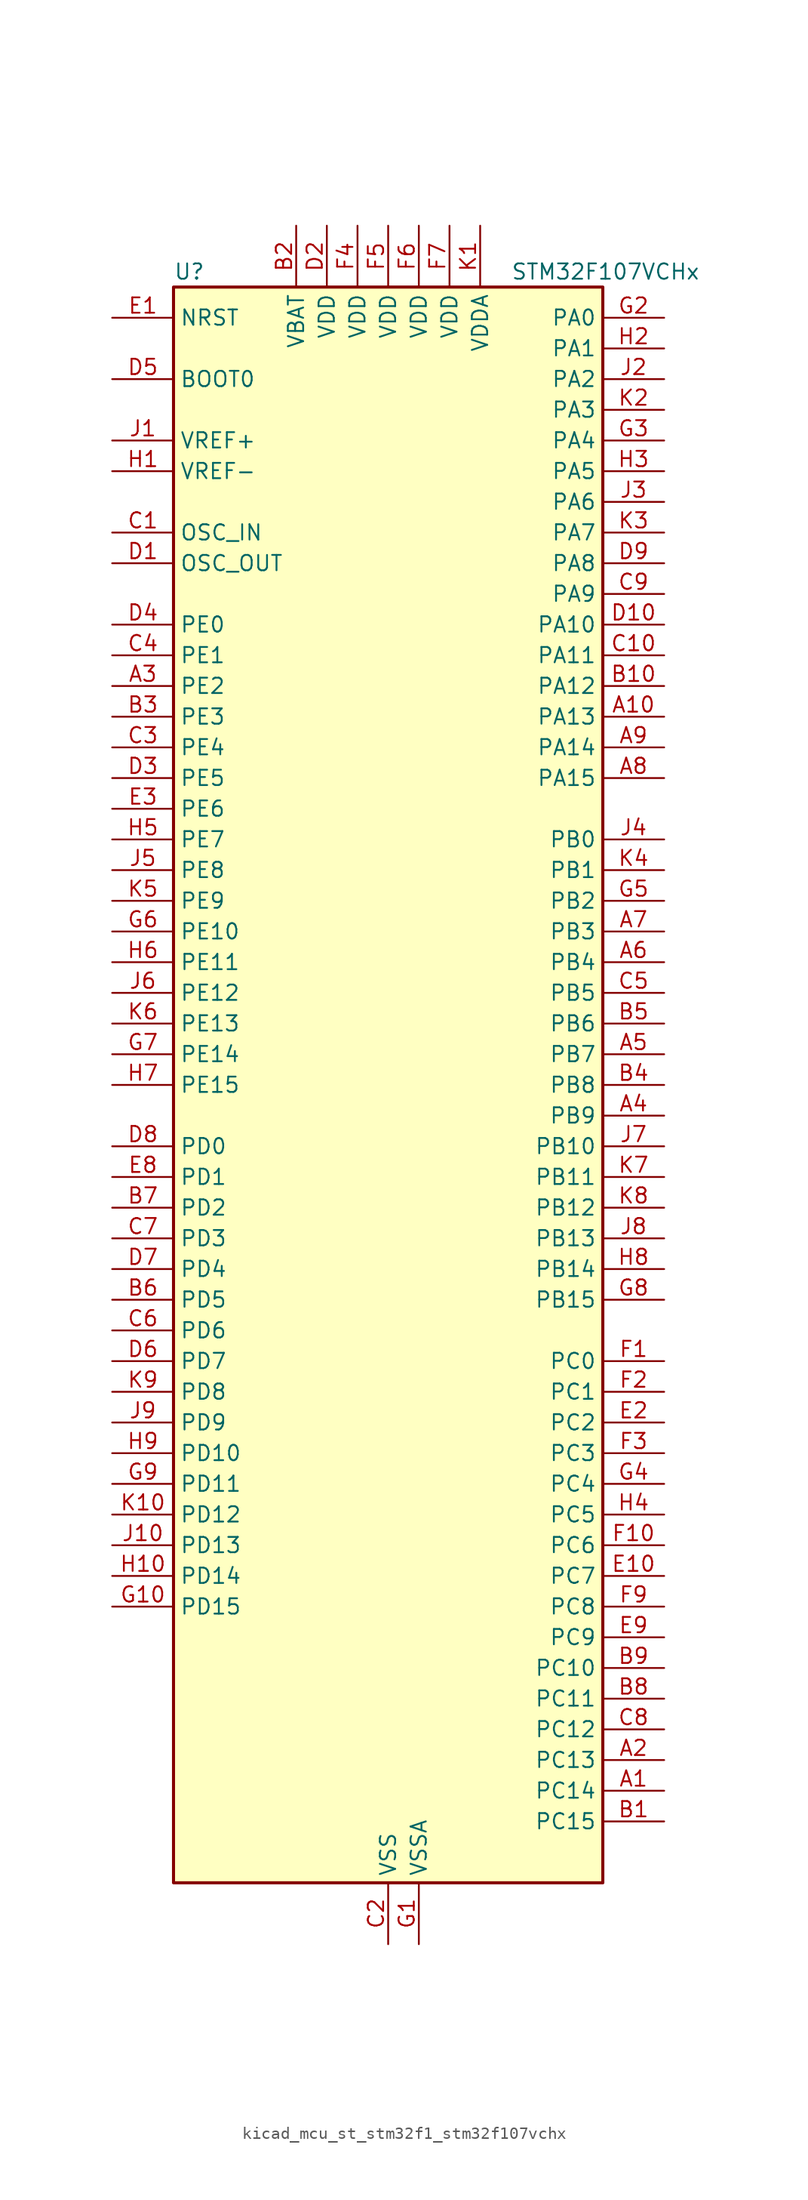
<source format=kicad_sym>
(kicad_symbol_lib
  (version 20220914)
  (generator kicad_symbol_editor)
  (symbol "kicad_mcu_st_stm32f1_stm32f107vchx"
    (property "Reference" "U"
      (at -17.78 67.31 0)
      (effects (font (size 1.27 1.27)) (justify left)))
    (property "Value" "STM32F107VCHx"
      (at 10.16 67.31 0)
      (effects (font (size 1.27 1.27)) (justify left)))
    (property "ki_locked" ""
      (at 0 0 0)
      (effects (font (size 1.27 1.27))))
    (symbol "kicad_mcu_st_stm32f1_stm32f107vchx_0_1"
      (rectangle (start -17.78 -66.04) (end 17.78 66.04) (stroke (width 0.254) (type default)) (fill (type background))))
    (symbol "kicad_mcu_st_stm32f1_stm32f107vchx_1_1"
      (pin bidirectional line (at 22.86 -58.42 180) (length 5.08) (name "PC14" (effects (font (size 1.27 1.27)))) (number "A1" (effects (font (size 1.27 1.27)))) (alternate "RCC_OSC32_IN" bidirectional line))
      (pin bidirectional line (at 22.86 30.48 180) (length 5.08) (name "PA13" (effects (font (size 1.27 1.27)))) (number "A10" (effects (font (size 1.27 1.27)))) (alternate "SYS_JTMS-SWDIO" bidirectional line))
      (pin bidirectional line (at 22.86 -55.88 180) (length 5.08) (name "PC13" (effects (font (size 1.27 1.27)))) (number "A2" (effects (font (size 1.27 1.27)))) (alternate "RTC_OUT" bidirectional line) (alternate "RTC_TAMPER" bidirectional line))
      (pin bidirectional line (at -22.86 33.02 0) (length 5.08) (name "PE2" (effects (font (size 1.27 1.27)))) (number "A3" (effects (font (size 1.27 1.27)))) (alternate "SYS_TRACECLK" bidirectional line))
      (pin bidirectional line (at 22.86 -2.54 180) (length 5.08) (name "PB9" (effects (font (size 1.27 1.27)))) (number "A4" (effects (font (size 1.27 1.27)))) (alternate "CAN1_TX" bidirectional line) (alternate "DAC_EXTI9" bidirectional line) (alternate "I2C1_SDA" bidirectional line) (alternate "TIM4_CH4" bidirectional line))
      (pin bidirectional line (at 22.86 2.54 180) (length 5.08) (name "PB7" (effects (font (size 1.27 1.27)))) (number "A5" (effects (font (size 1.27 1.27)))) (alternate "I2C1_SDA" bidirectional line) (alternate "TIM4_CH2" bidirectional line) (alternate "USART1_RX" bidirectional line))
      (pin bidirectional line (at 22.86 10.16 180) (length 5.08) (name "PB4" (effects (font (size 1.27 1.27)))) (number "A6" (effects (font (size 1.27 1.27)))) (alternate "SPI1_MISO" bidirectional line) (alternate "SPI3_MISO" bidirectional line) (alternate "SYS_NJTRST" bidirectional line) (alternate "TIM3_CH1" bidirectional line))
      (pin bidirectional line (at 22.86 12.7 180) (length 5.08) (name "PB3" (effects (font (size 1.27 1.27)))) (number "A7" (effects (font (size 1.27 1.27)))) (alternate "I2S3_CK" bidirectional line) (alternate "SPI1_SCK" bidirectional line) (alternate "SPI3_SCK" bidirectional line) (alternate "SYS_JTDO" bidirectional line) (alternate "SYS_TRACESWO" bidirectional line) (alternate "TIM2_CH2" bidirectional line))
      (pin bidirectional line (at 22.86 25.4 180) (length 5.08) (name "PA15" (effects (font (size 1.27 1.27)))) (number "A8" (effects (font (size 1.27 1.27)))) (alternate "ADC1_EXTI15" bidirectional line) (alternate "ADC2_EXTI15" bidirectional line) (alternate "I2S3_WS" bidirectional line) (alternate "SPI1_NSS" bidirectional line) (alternate "SPI3_NSS" bidirectional line) (alternate "SYS_JTDI" bidirectional line) (alternate "TIM2_CH1" bidirectional line) (alternate "TIM2_ETR" bidirectional line))
      (pin bidirectional line (at 22.86 27.94 180) (length 5.08) (name "PA14" (effects (font (size 1.27 1.27)))) (number "A9" (effects (font (size 1.27 1.27)))) (alternate "SYS_JTCK-SWCLK" bidirectional line))
      (pin bidirectional line (at 22.86 -60.96 180) (length 5.08) (name "PC15" (effects (font (size 1.27 1.27)))) (number "B1" (effects (font (size 1.27 1.27)))) (alternate "ADC1_EXTI15" bidirectional line) (alternate "ADC2_EXTI15" bidirectional line) (alternate "RCC_OSC32_OUT" bidirectional line))
      (pin bidirectional line (at 22.86 33.02 180) (length 5.08) (name "PA12" (effects (font (size 1.27 1.27)))) (number "B10" (effects (font (size 1.27 1.27)))) (alternate "CAN1_TX" bidirectional line) (alternate "TIM1_ETR" bidirectional line) (alternate "USART1_RTS" bidirectional line) (alternate "USB_OTG_FS_DP" bidirectional line))
      (pin power_in line (at -7.62 71.12 270) (length 5.08) (name "VBAT" (effects (font (size 1.27 1.27)))) (number "B2" (effects (font (size 1.27 1.27)))))
      (pin bidirectional line (at -22.86 30.48 0) (length 5.08) (name "PE3" (effects (font (size 1.27 1.27)))) (number "B3" (effects (font (size 1.27 1.27)))) (alternate "SYS_TRACED0" bidirectional line))
      (pin bidirectional line (at 22.86 0 180) (length 5.08) (name "PB8" (effects (font (size 1.27 1.27)))) (number "B4" (effects (font (size 1.27 1.27)))) (alternate "CAN1_RX" bidirectional line) (alternate "ETH_TXD3" bidirectional line) (alternate "I2C1_SCL" bidirectional line) (alternate "TIM4_CH3" bidirectional line))
      (pin bidirectional line (at 22.86 5.08 180) (length 5.08) (name "PB6" (effects (font (size 1.27 1.27)))) (number "B5" (effects (font (size 1.27 1.27)))) (alternate "CAN2_TX" bidirectional line) (alternate "I2C1_SCL" bidirectional line) (alternate "TIM4_CH1" bidirectional line) (alternate "USART1_TX" bidirectional line))
      (pin bidirectional line (at -22.86 -17.78 0) (length 5.08) (name "PD5" (effects (font (size 1.27 1.27)))) (number "B6" (effects (font (size 1.27 1.27)))) (alternate "USART2_TX" bidirectional line))
      (pin bidirectional line (at -22.86 -10.16 0) (length 5.08) (name "PD2" (effects (font (size 1.27 1.27)))) (number "B7" (effects (font (size 1.27 1.27)))) (alternate "TIM3_ETR" bidirectional line) (alternate "UART5_RX" bidirectional line))
      (pin bidirectional line (at 22.86 -50.8 180) (length 5.08) (name "PC11" (effects (font (size 1.27 1.27)))) (number "B8" (effects (font (size 1.27 1.27)))) (alternate "ADC1_EXTI11" bidirectional line) (alternate "ADC2_EXTI11" bidirectional line) (alternate "SPI3_MISO" bidirectional line) (alternate "UART4_RX" bidirectional line) (alternate "USART3_RX" bidirectional line))
      (pin bidirectional line (at 22.86 -48.26 180) (length 5.08) (name "PC10" (effects (font (size 1.27 1.27)))) (number "B9" (effects (font (size 1.27 1.27)))) (alternate "I2S3_CK" bidirectional line) (alternate "SPI3_SCK" bidirectional line) (alternate "UART4_TX" bidirectional line) (alternate "USART3_TX" bidirectional line))
      (pin input line (at -22.86 45.72 0) (length 5.08) (name "OSC_IN" (effects (font (size 1.27 1.27)))) (number "C1" (effects (font (size 1.27 1.27)))) (alternate "RCC_OSC_IN" bidirectional line))
      (pin bidirectional line (at 22.86 35.56 180) (length 5.08) (name "PA11" (effects (font (size 1.27 1.27)))) (number "C10" (effects (font (size 1.27 1.27)))) (alternate "ADC1_EXTI11" bidirectional line) (alternate "ADC2_EXTI11" bidirectional line) (alternate "CAN1_RX" bidirectional line) (alternate "TIM1_CH4" bidirectional line) (alternate "USART1_CTS" bidirectional line) (alternate "USB_OTG_FS_DM" bidirectional line))
      (pin power_in line (at 0 -71.12 90) (length 5.08) (name "VSS" (effects (font (size 1.27 1.27)))) (number "C2" (effects (font (size 1.27 1.27)))))
      (pin bidirectional line (at -22.86 27.94 0) (length 5.08) (name "PE4" (effects (font (size 1.27 1.27)))) (number "C3" (effects (font (size 1.27 1.27)))) (alternate "SYS_TRACED1" bidirectional line))
      (pin bidirectional line (at -22.86 35.56 0) (length 5.08) (name "PE1" (effects (font (size 1.27 1.27)))) (number "C4" (effects (font (size 1.27 1.27)))))
      (pin bidirectional line (at 22.86 7.62 180) (length 5.08) (name "PB5" (effects (font (size 1.27 1.27)))) (number "C5" (effects (font (size 1.27 1.27)))) (alternate "CAN2_RX" bidirectional line) (alternate "ETH_PPS_OUT" bidirectional line) (alternate "I2C1_SMBA" bidirectional line) (alternate "I2S3_SD" bidirectional line) (alternate "SPI1_MOSI" bidirectional line) (alternate "SPI3_MOSI" bidirectional line) (alternate "TIM3_CH2" bidirectional line))
      (pin bidirectional line (at -22.86 -20.32 0) (length 5.08) (name "PD6" (effects (font (size 1.27 1.27)))) (number "C6" (effects (font (size 1.27 1.27)))) (alternate "USART2_RX" bidirectional line))
      (pin bidirectional line (at -22.86 -12.7 0) (length 5.08) (name "PD3" (effects (font (size 1.27 1.27)))) (number "C7" (effects (font (size 1.27 1.27)))) (alternate "USART2_CTS" bidirectional line))
      (pin bidirectional line (at 22.86 -53.34 180) (length 5.08) (name "PC12" (effects (font (size 1.27 1.27)))) (number "C8" (effects (font (size 1.27 1.27)))) (alternate "I2S3_SD" bidirectional line) (alternate "SPI3_MOSI" bidirectional line) (alternate "UART5_TX" bidirectional line) (alternate "USART3_CK" bidirectional line))
      (pin bidirectional line (at 22.86 40.64 180) (length 5.08) (name "PA9" (effects (font (size 1.27 1.27)))) (number "C9" (effects (font (size 1.27 1.27)))) (alternate "DAC_EXTI9" bidirectional line) (alternate "TIM1_CH2" bidirectional line) (alternate "USART1_TX" bidirectional line) (alternate "USB_OTG_FS_VBUS" bidirectional line))
      (pin input line (at -22.86 43.18 0) (length 5.08) (name "OSC_OUT" (effects (font (size 1.27 1.27)))) (number "D1" (effects (font (size 1.27 1.27)))) (alternate "RCC_OSC_OUT" bidirectional line))
      (pin bidirectional line (at 22.86 38.1 180) (length 5.08) (name "PA10" (effects (font (size 1.27 1.27)))) (number "D10" (effects (font (size 1.27 1.27)))) (alternate "TIM1_CH3" bidirectional line) (alternate "USART1_RX" bidirectional line) (alternate "USB_OTG_FS_ID" bidirectional line))
      (pin power_in line (at -5.08 71.12 270) (length 5.08) (name "VDD" (effects (font (size 1.27 1.27)))) (number "D2" (effects (font (size 1.27 1.27)))))
      (pin bidirectional line (at -22.86 25.4 0) (length 5.08) (name "PE5" (effects (font (size 1.27 1.27)))) (number "D3" (effects (font (size 1.27 1.27)))) (alternate "SYS_TRACED2" bidirectional line))
      (pin bidirectional line (at -22.86 38.1 0) (length 5.08) (name "PE0" (effects (font (size 1.27 1.27)))) (number "D4" (effects (font (size 1.27 1.27)))) (alternate "TIM4_ETR" bidirectional line))
      (pin input line (at -22.86 58.42 0) (length 5.08) (name "BOOT0" (effects (font (size 1.27 1.27)))) (number "D5" (effects (font (size 1.27 1.27)))))
      (pin bidirectional line (at -22.86 -22.86 0) (length 5.08) (name "PD7" (effects (font (size 1.27 1.27)))) (number "D6" (effects (font (size 1.27 1.27)))) (alternate "USART2_CK" bidirectional line))
      (pin bidirectional line (at -22.86 -15.24 0) (length 5.08) (name "PD4" (effects (font (size 1.27 1.27)))) (number "D7" (effects (font (size 1.27 1.27)))) (alternate "USART2_RTS" bidirectional line))
      (pin bidirectional line (at -22.86 -5.08 0) (length 5.08) (name "PD0" (effects (font (size 1.27 1.27)))) (number "D8" (effects (font (size 1.27 1.27)))) (alternate "CAN1_RX" bidirectional line))
      (pin bidirectional line (at 22.86 43.18 180) (length 5.08) (name "PA8" (effects (font (size 1.27 1.27)))) (number "D9" (effects (font (size 1.27 1.27)))) (alternate "RCC_MCO" bidirectional line) (alternate "TIM1_CH1" bidirectional line) (alternate "USART1_CK" bidirectional line) (alternate "USB_OTG_FS_SOF" bidirectional line))
      (pin input line (at -22.86 63.5 0) (length 5.08) (name "NRST" (effects (font (size 1.27 1.27)))) (number "E1" (effects (font (size 1.27 1.27)))))
      (pin bidirectional line (at 22.86 -40.64 180) (length 5.08) (name "PC7" (effects (font (size 1.27 1.27)))) (number "E10" (effects (font (size 1.27 1.27)))) (alternate "I2S3_MCK" bidirectional line) (alternate "TIM3_CH2" bidirectional line))
      (pin bidirectional line (at 22.86 -27.94 180) (length 5.08) (name "PC2" (effects (font (size 1.27 1.27)))) (number "E2" (effects (font (size 1.27 1.27)))) (alternate "ADC1_IN12" bidirectional line) (alternate "ADC2_IN12" bidirectional line) (alternate "ETH_TXD2" bidirectional line))
      (pin bidirectional line (at -22.86 22.86 0) (length 5.08) (name "PE6" (effects (font (size 1.27 1.27)))) (number "E3" (effects (font (size 1.27 1.27)))) (alternate "SYS_TRACED3" bidirectional line))
      (pin passive line (at 0 -71.12 90) (length 5.08) hide (name "VSS" (effects (font (size 1.27 1.27)))) (number "E4" (effects (font (size 1.27 1.27)))))
      (pin passive line (at 0 -71.12 90) (length 5.08) hide (name "VSS" (effects (font (size 1.27 1.27)))) (number "E5" (effects (font (size 1.27 1.27)))))
      (pin passive line (at 0 -71.12 90) (length 5.08) hide (name "VSS" (effects (font (size 1.27 1.27)))) (number "E6" (effects (font (size 1.27 1.27)))))
      (pin passive line (at 0 -71.12 90) (length 5.08) hide (name "VSS" (effects (font (size 1.27 1.27)))) (number "E7" (effects (font (size 1.27 1.27)))))
      (pin bidirectional line (at -22.86 -7.62 0) (length 5.08) (name "PD1" (effects (font (size 1.27 1.27)))) (number "E8" (effects (font (size 1.27 1.27)))) (alternate "CAN1_TX" bidirectional line))
      (pin bidirectional line (at 22.86 -45.72 180) (length 5.08) (name "PC9" (effects (font (size 1.27 1.27)))) (number "E9" (effects (font (size 1.27 1.27)))) (alternate "DAC_EXTI9" bidirectional line) (alternate "TIM3_CH4" bidirectional line))
      (pin bidirectional line (at 22.86 -22.86 180) (length 5.08) (name "PC0" (effects (font (size 1.27 1.27)))) (number "F1" (effects (font (size 1.27 1.27)))) (alternate "ADC1_IN10" bidirectional line) (alternate "ADC2_IN10" bidirectional line))
      (pin bidirectional line (at 22.86 -38.1 180) (length 5.08) (name "PC6" (effects (font (size 1.27 1.27)))) (number "F10" (effects (font (size 1.27 1.27)))) (alternate "I2S2_MCK" bidirectional line) (alternate "TIM3_CH1" bidirectional line))
      (pin bidirectional line (at 22.86 -25.4 180) (length 5.08) (name "PC1" (effects (font (size 1.27 1.27)))) (number "F2" (effects (font (size 1.27 1.27)))) (alternate "ADC1_IN11" bidirectional line) (alternate "ADC2_IN11" bidirectional line) (alternate "ETH_MDC" bidirectional line))
      (pin bidirectional line (at 22.86 -30.48 180) (length 5.08) (name "PC3" (effects (font (size 1.27 1.27)))) (number "F3" (effects (font (size 1.27 1.27)))) (alternate "ADC1_IN13" bidirectional line) (alternate "ADC2_IN13" bidirectional line) (alternate "ETH_TX_CLK" bidirectional line))
      (pin power_in line (at -2.54 71.12 270) (length 5.08) (name "VDD" (effects (font (size 1.27 1.27)))) (number "F4" (effects (font (size 1.27 1.27)))))
      (pin power_in line (at 0 71.12 270) (length 5.08) (name "VDD" (effects (font (size 1.27 1.27)))) (number "F5" (effects (font (size 1.27 1.27)))))
      (pin power_in line (at 2.54 71.12 270) (length 5.08) (name "VDD" (effects (font (size 1.27 1.27)))) (number "F6" (effects (font (size 1.27 1.27)))))
      (pin power_in line (at 5.08 71.12 270) (length 5.08) (name "VDD" (effects (font (size 1.27 1.27)))) (number "F7" (effects (font (size 1.27 1.27)))))
      (pin no_connect line (at -17.78 -66.04 0) (length 5.08) hide (name "NC" (effects (font (size 1.27 1.27)))) (number "F8" (effects (font (size 1.27 1.27)))))
      (pin bidirectional line (at 22.86 -43.18 180) (length 5.08) (name "PC8" (effects (font (size 1.27 1.27)))) (number "F9" (effects (font (size 1.27 1.27)))) (alternate "TIM3_CH3" bidirectional line))
      (pin power_in line (at 2.54 -71.12 90) (length 5.08) (name "VSSA" (effects (font (size 1.27 1.27)))) (number "G1" (effects (font (size 1.27 1.27)))))
      (pin bidirectional line (at -22.86 -43.18 0) (length 5.08) (name "PD15" (effects (font (size 1.27 1.27)))) (number "G10" (effects (font (size 1.27 1.27)))) (alternate "ADC1_EXTI15" bidirectional line) (alternate "ADC2_EXTI15" bidirectional line) (alternate "TIM4_CH4" bidirectional line))
      (pin bidirectional line (at 22.86 63.5 180) (length 5.08) (name "PA0" (effects (font (size 1.27 1.27)))) (number "G2" (effects (font (size 1.27 1.27)))) (alternate "ADC1_IN0" bidirectional line) (alternate "ADC2_IN0" bidirectional line) (alternate "ETH_CRS" bidirectional line) (alternate "SYS_WKUP" bidirectional line) (alternate "TIM2_CH1" bidirectional line) (alternate "TIM2_ETR" bidirectional line) (alternate "TIM5_CH1" bidirectional line) (alternate "USART2_CTS" bidirectional line))
      (pin bidirectional line (at 22.86 53.34 180) (length 5.08) (name "PA4" (effects (font (size 1.27 1.27)))) (number "G3" (effects (font (size 1.27 1.27)))) (alternate "ADC1_IN4" bidirectional line) (alternate "ADC2_IN4" bidirectional line) (alternate "DAC_OUT1" bidirectional line) (alternate "I2S3_WS" bidirectional line) (alternate "SPI1_NSS" bidirectional line) (alternate "SPI3_NSS" bidirectional line) (alternate "USART2_CK" bidirectional line))
      (pin bidirectional line (at 22.86 -33.02 180) (length 5.08) (name "PC4" (effects (font (size 1.27 1.27)))) (number "G4" (effects (font (size 1.27 1.27)))) (alternate "ADC1_IN14" bidirectional line) (alternate "ADC2_IN14" bidirectional line) (alternate "ETH_RXD0" bidirectional line))
      (pin bidirectional line (at 22.86 15.24 180) (length 5.08) (name "PB2" (effects (font (size 1.27 1.27)))) (number "G5" (effects (font (size 1.27 1.27)))))
      (pin bidirectional line (at -22.86 12.7 0) (length 5.08) (name "PE10" (effects (font (size 1.27 1.27)))) (number "G6" (effects (font (size 1.27 1.27)))) (alternate "TIM1_CH2N" bidirectional line))
      (pin bidirectional line (at -22.86 2.54 0) (length 5.08) (name "PE14" (effects (font (size 1.27 1.27)))) (number "G7" (effects (font (size 1.27 1.27)))) (alternate "TIM1_CH4" bidirectional line))
      (pin bidirectional line (at 22.86 -17.78 180) (length 5.08) (name "PB15" (effects (font (size 1.27 1.27)))) (number "G8" (effects (font (size 1.27 1.27)))) (alternate "ADC1_EXTI15" bidirectional line) (alternate "ADC2_EXTI15" bidirectional line) (alternate "I2S2_SD" bidirectional line) (alternate "SPI2_MOSI" bidirectional line) (alternate "TIM1_CH3N" bidirectional line))
      (pin bidirectional line (at -22.86 -33.02 0) (length 5.08) (name "PD11" (effects (font (size 1.27 1.27)))) (number "G9" (effects (font (size 1.27 1.27)))) (alternate "ADC1_EXTI11" bidirectional line) (alternate "ADC2_EXTI11" bidirectional line) (alternate "ETH_RXD2" bidirectional line) (alternate "USART3_CTS" bidirectional line))
      (pin input line (at -22.86 50.8 0) (length 5.08) (name "VREF-" (effects (font (size 1.27 1.27)))) (number "H1" (effects (font (size 1.27 1.27)))))
      (pin bidirectional line (at -22.86 -40.64 0) (length 5.08) (name "PD14" (effects (font (size 1.27 1.27)))) (number "H10" (effects (font (size 1.27 1.27)))) (alternate "TIM4_CH3" bidirectional line))
      (pin bidirectional line (at 22.86 60.96 180) (length 5.08) (name "PA1" (effects (font (size 1.27 1.27)))) (number "H2" (effects (font (size 1.27 1.27)))) (alternate "ADC1_IN1" bidirectional line) (alternate "ADC2_IN1" bidirectional line) (alternate "ETH_REF_CLK" bidirectional line) (alternate "ETH_RX_CLK" bidirectional line) (alternate "TIM2_CH2" bidirectional line) (alternate "TIM5_CH2" bidirectional line) (alternate "USART2_RTS" bidirectional line))
      (pin bidirectional line (at 22.86 50.8 180) (length 5.08) (name "PA5" (effects (font (size 1.27 1.27)))) (number "H3" (effects (font (size 1.27 1.27)))) (alternate "ADC1_IN5" bidirectional line) (alternate "ADC2_IN5" bidirectional line) (alternate "DAC_OUT2" bidirectional line) (alternate "SPI1_SCK" bidirectional line))
      (pin bidirectional line (at 22.86 -35.56 180) (length 5.08) (name "PC5" (effects (font (size 1.27 1.27)))) (number "H4" (effects (font (size 1.27 1.27)))) (alternate "ADC1_IN15" bidirectional line) (alternate "ADC2_IN15" bidirectional line) (alternate "ETH_RXD1" bidirectional line))
      (pin bidirectional line (at -22.86 20.32 0) (length 5.08) (name "PE7" (effects (font (size 1.27 1.27)))) (number "H5" (effects (font (size 1.27 1.27)))) (alternate "TIM1_ETR" bidirectional line))
      (pin bidirectional line (at -22.86 10.16 0) (length 5.08) (name "PE11" (effects (font (size 1.27 1.27)))) (number "H6" (effects (font (size 1.27 1.27)))) (alternate "ADC1_EXTI11" bidirectional line) (alternate "ADC2_EXTI11" bidirectional line) (alternate "TIM1_CH2" bidirectional line))
      (pin bidirectional line (at -22.86 0 0) (length 5.08) (name "PE15" (effects (font (size 1.27 1.27)))) (number "H7" (effects (font (size 1.27 1.27)))) (alternate "ADC1_EXTI15" bidirectional line) (alternate "ADC2_EXTI15" bidirectional line) (alternate "TIM1_BKIN" bidirectional line))
      (pin bidirectional line (at 22.86 -15.24 180) (length 5.08) (name "PB14" (effects (font (size 1.27 1.27)))) (number "H8" (effects (font (size 1.27 1.27)))) (alternate "SPI2_MISO" bidirectional line) (alternate "TIM1_CH2N" bidirectional line) (alternate "USART3_RTS" bidirectional line))
      (pin bidirectional line (at -22.86 -30.48 0) (length 5.08) (name "PD10" (effects (font (size 1.27 1.27)))) (number "H9" (effects (font (size 1.27 1.27)))) (alternate "ETH_RXD1" bidirectional line) (alternate "USART3_CK" bidirectional line))
      (pin input line (at -22.86 53.34 0) (length 5.08) (name "VREF+" (effects (font (size 1.27 1.27)))) (number "J1" (effects (font (size 1.27 1.27)))))
      (pin bidirectional line (at -22.86 -38.1 0) (length 5.08) (name "PD13" (effects (font (size 1.27 1.27)))) (number "J10" (effects (font (size 1.27 1.27)))) (alternate "TIM4_CH2" bidirectional line))
      (pin bidirectional line (at 22.86 58.42 180) (length 5.08) (name "PA2" (effects (font (size 1.27 1.27)))) (number "J2" (effects (font (size 1.27 1.27)))) (alternate "ADC1_IN2" bidirectional line) (alternate "ADC2_IN2" bidirectional line) (alternate "ETH_MDIO" bidirectional line) (alternate "TIM2_CH3" bidirectional line) (alternate "TIM5_CH3" bidirectional line) (alternate "USART2_TX" bidirectional line))
      (pin bidirectional line (at 22.86 48.26 180) (length 5.08) (name "PA6" (effects (font (size 1.27 1.27)))) (number "J3" (effects (font (size 1.27 1.27)))) (alternate "ADC1_IN6" bidirectional line) (alternate "ADC2_IN6" bidirectional line) (alternate "SPI1_MISO" bidirectional line) (alternate "TIM1_BKIN" bidirectional line) (alternate "TIM3_CH1" bidirectional line))
      (pin bidirectional line (at 22.86 20.32 180) (length 5.08) (name "PB0" (effects (font (size 1.27 1.27)))) (number "J4" (effects (font (size 1.27 1.27)))) (alternate "ADC1_IN8" bidirectional line) (alternate "ADC2_IN8" bidirectional line) (alternate "ETH_RXD2" bidirectional line) (alternate "TIM1_CH2N" bidirectional line) (alternate "TIM3_CH3" bidirectional line))
      (pin bidirectional line (at -22.86 17.78 0) (length 5.08) (name "PE8" (effects (font (size 1.27 1.27)))) (number "J5" (effects (font (size 1.27 1.27)))) (alternate "TIM1_CH1N" bidirectional line))
      (pin bidirectional line (at -22.86 7.62 0) (length 5.08) (name "PE12" (effects (font (size 1.27 1.27)))) (number "J6" (effects (font (size 1.27 1.27)))) (alternate "TIM1_CH3N" bidirectional line))
      (pin bidirectional line (at 22.86 -5.08 180) (length 5.08) (name "PB10" (effects (font (size 1.27 1.27)))) (number "J7" (effects (font (size 1.27 1.27)))) (alternate "ETH_RX_ER" bidirectional line) (alternate "TIM2_CH3" bidirectional line) (alternate "USART3_TX" bidirectional line))
      (pin bidirectional line (at 22.86 -12.7 180) (length 5.08) (name "PB13" (effects (font (size 1.27 1.27)))) (number "J8" (effects (font (size 1.27 1.27)))) (alternate "CAN2_TX" bidirectional line) (alternate "ETH_TXD1" bidirectional line) (alternate "I2S2_CK" bidirectional line) (alternate "SPI2_SCK" bidirectional line) (alternate "TIM1_CH1N" bidirectional line) (alternate "USART3_CTS" bidirectional line))
      (pin bidirectional line (at -22.86 -27.94 0) (length 5.08) (name "PD9" (effects (font (size 1.27 1.27)))) (number "J9" (effects (font (size 1.27 1.27)))) (alternate "DAC_EXTI9" bidirectional line) (alternate "ETH_RXD0" bidirectional line) (alternate "USART3_RX" bidirectional line))
      (pin power_in line (at 7.62 71.12 270) (length 5.08) (name "VDDA" (effects (font (size 1.27 1.27)))) (number "K1" (effects (font (size 1.27 1.27)))))
      (pin bidirectional line (at -22.86 -35.56 0) (length 5.08) (name "PD12" (effects (font (size 1.27 1.27)))) (number "K10" (effects (font (size 1.27 1.27)))) (alternate "ETH_RXD3" bidirectional line) (alternate "TIM4_CH1" bidirectional line) (alternate "USART3_RTS" bidirectional line))
      (pin bidirectional line (at 22.86 55.88 180) (length 5.08) (name "PA3" (effects (font (size 1.27 1.27)))) (number "K2" (effects (font (size 1.27 1.27)))) (alternate "ADC1_IN3" bidirectional line) (alternate "ADC2_IN3" bidirectional line) (alternate "ETH_COL" bidirectional line) (alternate "TIM2_CH4" bidirectional line) (alternate "TIM5_CH4" bidirectional line) (alternate "USART2_RX" bidirectional line))
      (pin bidirectional line (at 22.86 45.72 180) (length 5.08) (name "PA7" (effects (font (size 1.27 1.27)))) (number "K3" (effects (font (size 1.27 1.27)))) (alternate "ADC1_IN7" bidirectional line) (alternate "ADC2_IN7" bidirectional line) (alternate "ETH_CRS_DV" bidirectional line) (alternate "ETH_RX_DV" bidirectional line) (alternate "SPI1_MOSI" bidirectional line) (alternate "TIM1_CH1N" bidirectional line) (alternate "TIM3_CH2" bidirectional line))
      (pin bidirectional line (at 22.86 17.78 180) (length 5.08) (name "PB1" (effects (font (size 1.27 1.27)))) (number "K4" (effects (font (size 1.27 1.27)))) (alternate "ADC1_IN9" bidirectional line) (alternate "ADC2_IN9" bidirectional line) (alternate "ETH_RXD3" bidirectional line) (alternate "TIM1_CH3N" bidirectional line) (alternate "TIM3_CH4" bidirectional line))
      (pin bidirectional line (at -22.86 15.24 0) (length 5.08) (name "PE9" (effects (font (size 1.27 1.27)))) (number "K5" (effects (font (size 1.27 1.27)))) (alternate "DAC_EXTI9" bidirectional line) (alternate "TIM1_CH1" bidirectional line))
      (pin bidirectional line (at -22.86 5.08 0) (length 5.08) (name "PE13" (effects (font (size 1.27 1.27)))) (number "K6" (effects (font (size 1.27 1.27)))) (alternate "TIM1_CH3" bidirectional line))
      (pin bidirectional line (at 22.86 -7.62 180) (length 5.08) (name "PB11" (effects (font (size 1.27 1.27)))) (number "K7" (effects (font (size 1.27 1.27)))) (alternate "ADC1_EXTI11" bidirectional line) (alternate "ADC2_EXTI11" bidirectional line) (alternate "ETH_TX_EN" bidirectional line) (alternate "TIM2_CH4" bidirectional line) (alternate "USART3_RX" bidirectional line))
      (pin bidirectional line (at 22.86 -10.16 180) (length 5.08) (name "PB12" (effects (font (size 1.27 1.27)))) (number "K8" (effects (font (size 1.27 1.27)))) (alternate "CAN2_RX" bidirectional line) (alternate "ETH_TXD0" bidirectional line) (alternate "I2S2_WS" bidirectional line) (alternate "SPI2_NSS" bidirectional line) (alternate "TIM1_BKIN" bidirectional line) (alternate "USART3_CK" bidirectional line))
      (pin bidirectional line (at -22.86 -25.4 0) (length 5.08) (name "PD8" (effects (font (size 1.27 1.27)))) (number "K9" (effects (font (size 1.27 1.27)))) (alternate "ETH_CRS_DV" bidirectional line) (alternate "ETH_RX_DV" bidirectional line) (alternate "USART3_TX" bidirectional line)))))
</source>
